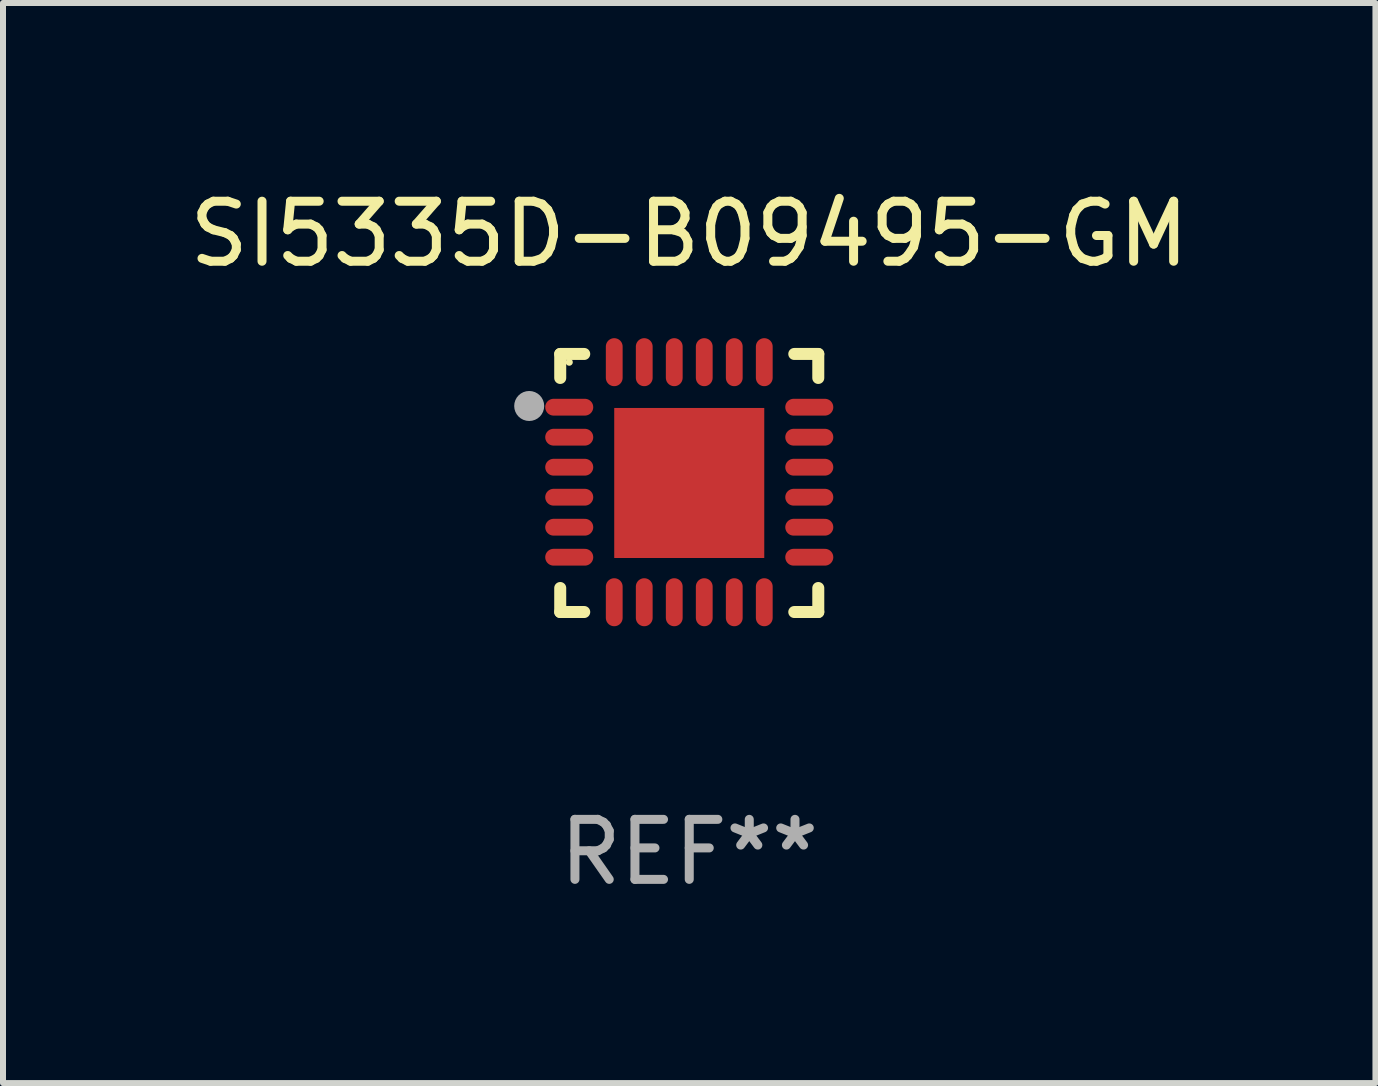
<source format=kicad_pcb>
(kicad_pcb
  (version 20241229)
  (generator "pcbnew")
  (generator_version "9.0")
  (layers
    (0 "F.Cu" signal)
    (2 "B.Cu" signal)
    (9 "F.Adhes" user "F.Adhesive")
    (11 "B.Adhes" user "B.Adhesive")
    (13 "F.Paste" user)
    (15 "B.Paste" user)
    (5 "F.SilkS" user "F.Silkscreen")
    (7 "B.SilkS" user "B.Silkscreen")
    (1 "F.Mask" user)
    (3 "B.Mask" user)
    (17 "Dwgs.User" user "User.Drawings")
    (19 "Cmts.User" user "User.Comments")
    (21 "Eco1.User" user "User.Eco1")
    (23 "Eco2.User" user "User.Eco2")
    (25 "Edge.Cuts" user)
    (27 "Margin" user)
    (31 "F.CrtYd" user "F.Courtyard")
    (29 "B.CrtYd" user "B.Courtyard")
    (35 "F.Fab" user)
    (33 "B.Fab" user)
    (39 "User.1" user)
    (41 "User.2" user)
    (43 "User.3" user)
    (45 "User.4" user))
  (footprint "SI5335D-B09495-GM"
    (layer "F.Cu")
    (at 8.435 4.998)
    (property "Reference" "SI5335D-B09495-GM" (at 0 -4.15 0) (layer "F.SilkS") (effects (font (size 1 1) (thickness 0.15))))
    (attr through_hole)
    (fp_line (start -2.15 -2.15) (end -1.75 -2.15) (stroke (width 0.2) (type solid)) (layer "F.SilkS"))
    (fp_line (start -2.15 -1.75) (end -2.15 -2.15) (stroke (width 0.2) (type solid)) (layer "F.SilkS"))
    (fp_line (start -2.15 2.15) (end -2.15 1.75) (stroke (width 0.2) (type solid)) (layer "F.SilkS"))
    (fp_line (start -1.75 2.15) (end -2.15 2.15) (stroke (width 0.2) (type solid)) (layer "F.SilkS"))
    (fp_line (start 1.75 -2.15) (end 2.15 -2.15) (stroke (width 0.2) (type solid)) (layer "F.SilkS"))
    (fp_line (start 1.75 2.15) (end 2.15 2.15) (stroke (width 0.2) (type solid)) (layer "F.SilkS"))
    (fp_line (start 2.15 -2.15) (end 2.15 -1.75) (stroke (width 0.2) (type solid)) (layer "F.SilkS"))
    (fp_line (start 2.15 2.15) (end 2.15 1.75) (stroke (width 0.2) (type solid)) (layer "F.SilkS"))
    (fp_circle (center -2 -2.013) (end -1.97 -2.013) (stroke (width 0.06) (type solid)) (fill no) (layer "F.SilkS"))
    (fp_circle (center -2.667 -1.283) (end -2.542 -1.283) (stroke (width 0.25) (type solid)) (fill no) (layer "F.Fab"))
    (fp_text user "REF**" (at 0 6.15 0) (layer "F.Fab") (effects (font (size 1 1) (thickness 0.15))))
    (pad "1" smd oval (at -2 -1.263) (size 0.8 0.28) (layers "F.Cu" "F.Mask" "F.Paste"))
    (pad "2" smd oval (at -2 -0.763) (size 0.8 0.28) (layers "F.Cu" "F.Mask" "F.Paste"))
    (pad "3" smd oval (at -2 -0.263) (size 0.8 0.28) (layers "F.Cu" "F.Mask" "F.Paste"))
    (pad "4" smd oval (at -2 0.237) (size 0.8 0.28) (layers "F.Cu" "F.Mask" "F.Paste"))
    (pad "5" smd oval (at -2 0.737) (size 0.8 0.28) (layers "F.Cu" "F.Mask" "F.Paste"))
    (pad "6" smd oval (at -2 1.237) (size 0.8 0.28) (layers "F.Cu" "F.Mask" "F.Paste"))
    (pad "7" smd oval (at -1.25 1.987) (size 0.28 0.8) (layers "F.Cu" "F.Mask" "F.Paste"))
    (pad "8" smd oval (at -0.75 1.987) (size 0.28 0.8) (layers "F.Cu" "F.Mask" "F.Paste"))
    (pad "9" smd oval (at -0.25 1.987) (size 0.28 0.8) (layers "F.Cu" "F.Mask" "F.Paste"))
    (pad "10" smd oval (at 0.25 1.987) (size 0.28 0.8) (layers "F.Cu" "F.Mask" "F.Paste"))
    (pad "11" smd oval (at 0.75 1.987) (size 0.28 0.8) (layers "F.Cu" "F.Mask" "F.Paste"))
    (pad "12" smd oval (at 1.25 1.987) (size 0.28 0.8) (layers "F.Cu" "F.Mask" "F.Paste"))
    (pad "13" smd oval (at 2 1.237) (size 0.8 0.28) (layers "F.Cu" "F.Mask" "F.Paste"))
    (pad "14" smd oval (at 2 0.737) (size 0.8 0.28) (layers "F.Cu" "F.Mask" "F.Paste"))
    (pad "15" smd oval (at 2 0.237) (size 0.8 0.28) (layers "F.Cu" "F.Mask" "F.Paste"))
    (pad "16" smd oval (at 2 -0.263) (size 0.8 0.28) (layers "F.Cu" "F.Mask" "F.Paste"))
    (pad "17" smd oval (at 2 -0.763) (size 0.8 0.28) (layers "F.Cu" "F.Mask" "F.Paste"))
    (pad "18" smd oval (at 2 -1.263) (size 0.8 0.28) (layers "F.Cu" "F.Mask" "F.Paste"))
    (pad "19" smd oval (at 1.25 -2.013) (size 0.28 0.8) (layers "F.Cu" "F.Mask" "F.Paste"))
    (pad "20" smd oval (at 0.75 -2.013) (size 0.28 0.8) (layers "F.Cu" "F.Mask" "F.Paste"))
    (pad "21" smd oval (at 0.25 -2.013) (size 0.28 0.8) (layers "F.Cu" "F.Mask" "F.Paste"))
    (pad "22" smd oval (at -0.25 -2.013) (size 0.28 0.8) (layers "F.Cu" "F.Mask" "F.Paste"))
    (pad "23" smd oval (at -0.75 -2.013) (size 0.28 0.8) (layers "F.Cu" "F.Mask" "F.Paste"))
    (pad "24" smd oval (at -1.25 -2.013) (size 0.28 0.8) (layers "F.Cu" "F.Mask" "F.Paste"))
    (pad "25" smd rect (at -0.000127 -0.00014) (size 2.5 2.5) (layers "F.Cu" "F.Mask" "F.Paste")))
  (gr_rect
    (start -3 -3)
    (end 19.869 14.997)
    (stroke (width 0.1) (type default))
    (fill no)
    (layer "Edge.Cuts")))
</source>
